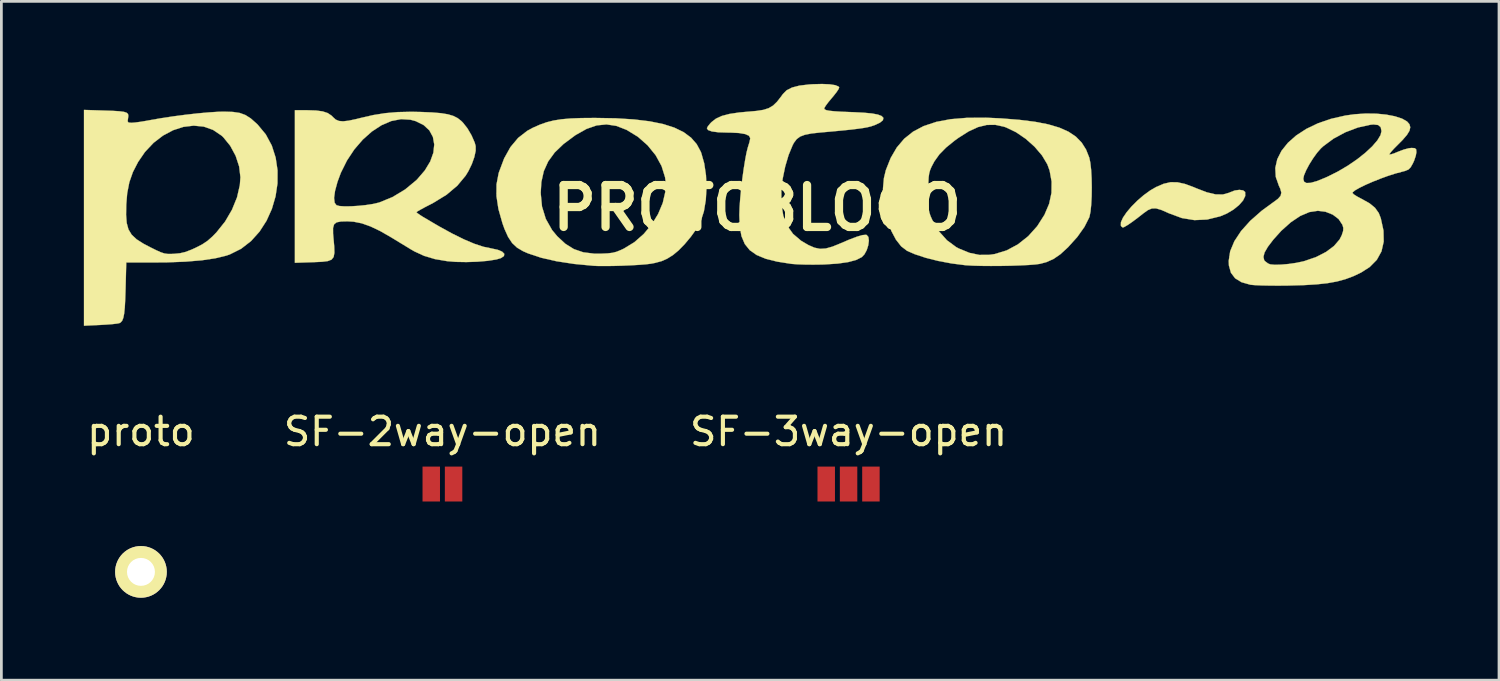
<source format=kicad_pcb>
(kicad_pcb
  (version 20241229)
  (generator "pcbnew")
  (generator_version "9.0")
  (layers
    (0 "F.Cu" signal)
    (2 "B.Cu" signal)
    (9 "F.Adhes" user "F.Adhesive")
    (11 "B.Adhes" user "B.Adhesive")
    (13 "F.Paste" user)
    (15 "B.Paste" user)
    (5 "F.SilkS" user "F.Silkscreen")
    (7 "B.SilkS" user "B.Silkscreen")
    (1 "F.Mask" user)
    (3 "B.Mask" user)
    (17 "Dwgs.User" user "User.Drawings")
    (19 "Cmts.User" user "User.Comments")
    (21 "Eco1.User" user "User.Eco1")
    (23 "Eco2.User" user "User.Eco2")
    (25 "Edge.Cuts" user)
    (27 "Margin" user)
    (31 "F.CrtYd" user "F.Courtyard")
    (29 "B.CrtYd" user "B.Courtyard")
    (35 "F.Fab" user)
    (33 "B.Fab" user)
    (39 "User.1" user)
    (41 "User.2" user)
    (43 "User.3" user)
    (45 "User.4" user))
  (footprint "PROTO8LOGO"
    (layer "F.Cu")
    (at 24.491 4.515)
    (property "Reference" "PROTO8LOGO" (at 0 0 0) (layer "F.SilkS") (effects (font (size 1.524 1.524) (thickness 0.3))))
    (attr through_hole)
    (fp_poly (pts (xy 15.28 -0.936) (xy 15.555 -0.876) (xy 15.881 -0.756) (xy 15.977 -0.715) (xy 16.355 -0.57) (xy 16.672 -0.495) (xy 16.939 -0.491) (xy 17.167 -0.555) (xy 17.206 -0.574) (xy 17.372 -0.637) (xy 17.538 -0.659) (xy 17.674 -0.641) (xy 17.748 -0.582) (xy 17.749 -0.58) (xy 17.752 -0.438) (xy 17.674 -0.276) (xy 17.527 -0.107) (xy 17.327 0.056) (xy 17.087 0.199) (xy 16.84 0.303) (xy 16.365 0.42) (xy 15.904 0.441) (xy 15.446 0.366) (xy 14.977 0.193) (xy 14.943 0.177) (xy 14.696 0.069) (xy 14.51 0.015) (xy 14.357 0.017) (xy 14.212 0.077) (xy 14.048 0.194) (xy 14.02 0.216) (xy 13.822 0.372) (xy 13.631 0.513) (xy 13.466 0.625) (xy 13.346 0.694) (xy 13.298 0.711) (xy 13.245 0.671) (xy 13.227 0.637) (xy 13.231 0.516) (xy 13.305 0.351) (xy 13.438 0.156) (xy 13.616 -0.054) (xy 13.827 -0.266) (xy 14.059 -0.466) (xy 14.297 -0.639) (xy 14.513 -0.764) (xy 14.783 -0.88) (xy 15.031 -0.937) (xy 15.28 -0.936)) (stroke (width 0.01) (type solid)) (fill yes) (layer "F.SilkS"))
    (fp_poly (pts (xy -5.893 -3.275) (xy -5.14 -3.262) (xy -4.48 -3.221) (xy -3.909 -3.152) (xy -3.421 -3.053) (xy -3.012 -2.922) (xy -2.675 -2.758) (xy -2.406 -2.558) (xy -2.2 -2.322) (xy -2.052 -2.047) (xy -2.034 -2.002) (xy -1.926 -1.619) (xy -1.862 -1.187) (xy -1.843 -0.735) (xy -1.869 -0.29) (xy -1.938 0.122) (xy -2.051 0.474) (xy -2.074 0.525) (xy -2.216 0.772) (xy -2.411 1.043) (xy -2.634 1.311) (xy -2.862 1.545) (xy -3.056 1.706) (xy -3.269 1.841) (xy -3.476 1.933) (xy -3.721 1.999) (xy -3.868 2.027) (xy -4.039 2.048) (xy -4.288 2.068) (xy -4.588 2.085) (xy -4.915 2.099) (xy -5.243 2.108) (xy -5.548 2.111) (xy -5.805 2.109) (xy -5.944 2.103) (xy -6.658 2.035) (xy -7.299 1.937) (xy -7.859 1.809) (xy -8.331 1.652) (xy -8.515 1.572) (xy -8.735 1.442) (xy -8.912 1.276) (xy -9.06 1.053) (xy -9.193 0.758) (xy -9.264 0.559) (xy -9.412 0.037) (xy -9.483 -0.432) (xy -9.483 -0.542) (xy -7.874 -0.542) (xy -7.827 -0.052) (xy -7.689 0.397) (xy -7.46 0.802) (xy -7.274 1.027) (xy -6.975 1.304) (xy -6.666 1.496) (xy -6.325 1.612) (xy -5.93 1.661) (xy -5.686 1.662) (xy -5.442 1.651) (xy -5.262 1.63) (xy -5.11 1.591) (xy -4.949 1.524) (xy -4.847 1.476) (xy -4.469 1.245) (xy -4.13 0.948) (xy -3.838 0.601) (xy -3.604 0.219) (xy -3.435 -0.182) (xy -3.342 -0.586) (xy -3.332 -0.978) (xy -3.351 -1.118) (xy -3.478 -1.526) (xy -3.693 -1.918) (xy -3.985 -2.278) (xy -4.339 -2.59) (xy -4.745 -2.839) (xy -4.751 -2.842) (xy -5.122 -2.986) (xy -5.481 -3.04) (xy -5.838 -3.004) (xy -6.206 -2.877) (xy -6.599 -2.656) (xy -6.627 -2.637) (xy -7.043 -2.328) (xy -7.366 -2.018) (xy -7.603 -1.692) (xy -7.762 -1.339) (xy -7.85 -0.945) (xy -7.874 -0.542) (xy -9.483 -0.542) (xy -9.481 -0.859) (xy -9.405 -1.26) (xy -9.392 -1.303) (xy -9.204 -1.803) (xy -8.974 -2.216) (xy -8.696 -2.548) (xy -8.366 -2.805) (xy -8.157 -2.919) (xy -7.903 -3.031) (xy -7.658 -3.118) (xy -7.402 -3.182) (xy -7.119 -3.227) (xy -6.789 -3.256) (xy -6.395 -3.271) (xy -5.919 -3.275) (xy -5.893 -3.275)) (stroke (width 0.01) (type solid)) (fill yes) (layer "F.SilkS"))
    (fp_poly (pts (xy -23.762 -3.544) (xy -23.435 -3.533) (xy -23.197 -3.518) (xy -23.034 -3.497) (xy -22.935 -3.465) (xy -22.885 -3.419) (xy -22.873 -3.354) (xy -22.883 -3.27) (xy -22.898 -3.155) (xy -22.867 -3.108) (xy -22.766 -3.099) (xy -22.748 -3.099) (xy -22.626 -3.109) (xy -22.436 -3.134) (xy -22.208 -3.172) (xy -22.073 -3.197) (xy -21.674 -3.267) (xy -21.237 -3.333) (xy -20.786 -3.392) (xy -20.344 -3.442) (xy -19.936 -3.478) (xy -19.587 -3.5) (xy -19.39 -3.504) (xy -19.07 -3.494) (xy -18.822 -3.457) (xy -18.616 -3.382) (xy -18.422 -3.259) (xy -18.212 -3.074) (xy -18.17 -3.034) (xy -17.874 -2.677) (xy -17.656 -2.272) (xy -17.515 -1.833) (xy -17.446 -1.37) (xy -17.448 -0.897) (xy -17.518 -0.425) (xy -17.652 0.033) (xy -17.847 0.465) (xy -18.101 0.859) (xy -18.41 1.203) (xy -18.772 1.484) (xy -19.185 1.69) (xy -19.308 1.732) (xy -19.707 1.829) (xy -20.202 1.903) (xy -20.79 1.952) (xy -21.469 1.978) (xy -21.866 1.981) (xy -22.949 1.981) (xy -22.973 2.934) (xy -22.986 3.322) (xy -23.002 3.62) (xy -23.025 3.841) (xy -23.056 3.997) (xy -23.097 4.1) (xy -23.152 4.163) (xy -23.199 4.188) (xy -23.285 4.205) (xy -23.448 4.224) (xy -23.665 4.241) (xy -23.889 4.254) (xy -24.486 4.282) (xy -24.486 0.25) (xy -22.955 0.25) (xy -22.932 0.547) (xy -22.868 0.781) (xy -22.752 0.972) (xy -22.575 1.138) (xy -22.326 1.297) (xy -22.081 1.426) (xy -21.853 1.539) (xy -21.689 1.612) (xy -21.56 1.654) (xy -21.441 1.671) (xy -21.303 1.671) (xy -21.209 1.667) (xy -20.993 1.646) (xy -20.797 1.6) (xy -20.58 1.517) (xy -20.43 1.449) (xy -20.188 1.325) (xy -19.995 1.197) (xy -19.812 1.035) (xy -19.668 0.887) (xy -19.355 0.495) (xy -19.103 0.064) (xy -18.92 -0.385) (xy -18.817 -0.833) (xy -18.796 -1.12) (xy -18.842 -1.507) (xy -18.97 -1.898) (xy -19.167 -2.263) (xy -19.419 -2.573) (xy -19.485 -2.634) (xy -19.792 -2.841) (xy -20.132 -2.96) (xy -20.496 -2.995) (xy -20.872 -2.95) (xy -21.248 -2.828) (xy -21.613 -2.633) (xy -21.958 -2.368) (xy -22.269 -2.037) (xy -22.518 -1.674) (xy -22.708 -1.305) (xy -22.837 -0.936) (xy -22.915 -0.534) (xy -22.948 -0.127) (xy -22.955 0.25) (xy -24.486 0.25) (xy -24.486 -3.567) (xy -23.762 -3.544)) (stroke (width 0.01) (type solid)) (fill yes) (layer "F.SilkS"))
    (fp_poly (pts (xy 8.877 -3.259) (xy 9.538 -3.206) (xy 10.107 -3.135) (xy 10.589 -3.041) (xy 10.992 -2.922) (xy 11.324 -2.774) (xy 11.591 -2.595) (xy 11.801 -2.38) (xy 11.961 -2.128) (xy 12.078 -1.834) (xy 12.079 -1.832) (xy 12.118 -1.644) (xy 12.147 -1.386) (xy 12.164 -1.081) (xy 12.17 -0.753) (xy 12.166 -0.426) (xy 12.15 -0.123) (xy 12.124 0.132) (xy 12.087 0.315) (xy 12.077 0.344) (xy 11.903 0.688) (xy 11.642 1.055) (xy 11.303 1.431) (xy 11.3 1.433) (xy 11.03 1.681) (xy 10.779 1.854) (xy 10.518 1.97) (xy 10.284 2.032) (xy 10.122 2.054) (xy 9.879 2.073) (xy 9.575 2.088) (xy 9.23 2.1) (xy 8.865 2.107) (xy 8.5 2.109) (xy 8.156 2.106) (xy 7.852 2.098) (xy 7.61 2.084) (xy 7.571 2.081) (xy 7.07 2.017) (xy 6.581 1.925) (xy 6.128 1.811) (xy 5.732 1.681) (xy 5.451 1.558) (xy 5.238 1.395) (xy 5.047 1.151) (xy 4.882 0.84) (xy 4.748 0.481) (xy 4.649 0.092) (xy 4.59 -0.311) (xy 4.581 -0.559) (xy 6.223 -0.559) (xy 6.224 -0.28) (xy 6.23 -0.077) (xy 6.244 0.072) (xy 6.27 0.193) (xy 6.313 0.311) (xy 6.375 0.449) (xy 6.385 0.469) (xy 6.614 0.852) (xy 6.903 1.175) (xy 7.238 1.422) (xy 7.335 1.474) (xy 7.721 1.632) (xy 8.083 1.707) (xy 8.451 1.704) (xy 8.642 1.675) (xy 9.074 1.543) (xy 9.485 1.322) (xy 9.859 1.025) (xy 10.185 0.662) (xy 10.449 0.247) (xy 10.619 -0.152) (xy 10.704 -0.547) (xy 10.709 -0.961) (xy 10.637 -1.36) (xy 10.553 -1.589) (xy 10.36 -1.912) (xy 10.089 -2.229) (xy 9.766 -2.517) (xy 9.412 -2.758) (xy 9.051 -2.931) (xy 8.971 -2.958) (xy 8.658 -3.025) (xy 8.349 -3.021) (xy 8.032 -2.943) (xy 7.691 -2.786) (xy 7.316 -2.548) (xy 7.186 -2.454) (xy 6.869 -2.197) (xy 6.628 -1.952) (xy 6.446 -1.698) (xy 6.336 -1.49) (xy 6.289 -1.376) (xy 6.257 -1.261) (xy 6.237 -1.121) (xy 6.227 -0.933) (xy 6.223 -0.675) (xy 6.223 -0.559) (xy 4.581 -0.559) (xy 4.575 -0.711) (xy 4.61 -1.089) (xy 4.679 -1.375) (xy 4.855 -1.818) (xy 5.076 -2.198) (xy 5.346 -2.517) (xy 5.671 -2.777) (xy 6.058 -2.981) (xy 6.51 -3.131) (xy 7.034 -3.23) (xy 7.636 -3.28) (xy 8.321 -3.284) (xy 8.877 -3.259)) (stroke (width 0.01) (type solid)) (fill yes) (layer "F.SilkS"))
    (fp_poly (pts (xy -16.37 -3.556) (xy -16.047 -3.546) (xy -15.804 -3.513) (xy -15.622 -3.453) (xy -15.483 -3.36) (xy -15.426 -3.302) (xy -15.329 -3.215) (xy -15.214 -3.166) (xy -15.064 -3.152) (xy -14.862 -3.175) (xy -14.589 -3.233) (xy -14.425 -3.274) (xy -13.968 -3.379) (xy -13.53 -3.449) (xy -13.078 -3.488) (xy -12.581 -3.499) (xy -12.223 -3.492) (xy -11.818 -3.475) (xy -11.498 -3.448) (xy -11.249 -3.407) (xy -11.054 -3.349) (xy -10.897 -3.27) (xy -10.763 -3.165) (xy -10.71 -3.113) (xy -10.542 -2.901) (xy -10.39 -2.642) (xy -10.276 -2.382) (xy -10.24 -2.254) (xy -10.239 -2.081) (xy -10.288 -1.853) (xy -10.379 -1.598) (xy -10.503 -1.342) (xy -10.603 -1.177) (xy -10.906 -0.813) (xy -11.297 -0.483) (xy -11.781 -0.186) (xy -11.874 -0.137) (xy -12.08 -0.031) (xy -12.247 0.06) (xy -12.358 0.125) (xy -12.395 0.153) (xy -12.355 0.191) (xy -12.253 0.262) (xy -12.154 0.325) (xy -11.588 0.658) (xy -11.094 0.93) (xy -10.662 1.143) (xy -10.287 1.302) (xy -9.959 1.41) (xy -9.678 1.469) (xy -9.436 1.521) (xy -9.275 1.589) (xy -9.199 1.667) (xy -9.211 1.747) (xy -9.316 1.82) (xy -9.489 1.873) (xy -9.802 1.922) (xy -10.177 1.954) (xy -10.577 1.967) (xy -10.964 1.96) (xy -11.271 1.935) (xy -11.725 1.858) (xy -12.113 1.742) (xy -12.469 1.578) (xy -12.594 1.506) (xy -12.771 1.398) (xy -12.995 1.262) (xy -13.226 1.121) (xy -13.298 1.077) (xy -13.708 0.841) (xy -14.064 0.671) (xy -14.381 0.558) (xy -14.677 0.499) (xy -14.901 0.485) (xy -15.14 0.491) (xy -15.298 0.522) (xy -15.389 0.595) (xy -15.427 0.726) (xy -15.426 0.932) (xy -15.412 1.092) (xy -15.384 1.404) (xy -15.378 1.629) (xy -15.406 1.782) (xy -15.482 1.878) (xy -15.617 1.931) (xy -15.826 1.957) (xy -16.12 1.97) (xy -16.179 1.972) (xy -16.815 1.993) (xy -16.815 -0.366) (xy -15.39 -0.366) (xy -15.369 -0.19) (xy -15.303 -0.102) (xy -15.196 -0.072) (xy -15.011 -0.059) (xy -14.774 -0.062) (xy -14.508 -0.078) (xy -14.236 -0.106) (xy -13.982 -0.145) (xy -13.77 -0.194) (xy -13.741 -0.202) (xy -13.265 -0.397) (xy -12.807 -0.673) (xy -12.399 -1.01) (xy -12.37 -1.039) (xy -12.089 -1.366) (xy -11.892 -1.692) (xy -11.778 -2.01) (xy -11.746 -2.31) (xy -11.795 -2.584) (xy -11.924 -2.823) (xy -12.133 -3.017) (xy -12.42 -3.159) (xy -12.609 -3.21) (xy -12.953 -3.232) (xy -13.308 -3.163) (xy -13.665 -3.01) (xy -14.014 -2.782) (xy -14.346 -2.487) (xy -14.652 -2.133) (xy -14.92 -1.728) (xy -15.143 -1.281) (xy -15.266 -0.95) (xy -15.355 -0.621) (xy -15.39 -0.366) (xy -16.815 -0.366) (xy -16.815 -3.556) (xy -16.37 -3.556)) (stroke (width 0.01) (type solid)) (fill yes) (layer "F.SilkS"))
    (fp_poly (pts (xy 2.638 -4.498) (xy 2.841 -4.467) (xy 2.959 -4.418) (xy 2.983 -4.386) (xy 2.96 -4.324) (xy 2.883 -4.209) (xy 2.767 -4.062) (xy 2.72 -4.007) (xy 2.591 -3.852) (xy 2.493 -3.721) (xy 2.442 -3.636) (xy 2.438 -3.622) (xy 2.456 -3.587) (xy 2.515 -3.558) (xy 2.628 -3.536) (xy 2.806 -3.518) (xy 3.06 -3.502) (xy 3.403 -3.488) (xy 3.48 -3.486) (xy 3.874 -3.466) (xy 4.174 -3.438) (xy 4.388 -3.398) (xy 4.524 -3.346) (xy 4.589 -3.28) (xy 4.591 -3.276) (xy 4.572 -3.191) (xy 4.463 -3.102) (xy 4.273 -3.014) (xy 4.141 -2.969) (xy 4.024 -2.94) (xy 3.87 -2.911) (xy 3.666 -2.882) (xy 3.403 -2.85) (xy 3.068 -2.816) (xy 2.651 -2.777) (xy 2.292 -2.745) (xy 1.972 -2.71) (xy 1.735 -2.663) (xy 1.562 -2.598) (xy 1.436 -2.504) (xy 1.338 -2.374) (xy 1.29 -2.285) (xy 1.143 -1.928) (xy 1.019 -1.509) (xy 0.928 -1.068) (xy 0.879 -0.642) (xy 0.879 -0.63) (xy 0.881 -0.136) (xy 0.95 0.285) (xy 1.09 0.642) (xy 1.304 0.942) (xy 1.597 1.192) (xy 1.862 1.348) (xy 2.084 1.444) (xy 2.287 1.486) (xy 2.496 1.473) (xy 2.739 1.405) (xy 2.999 1.299) (xy 3.356 1.147) (xy 3.631 1.043) (xy 3.828 0.986) (xy 3.953 0.975) (xy 3.982 0.981) (xy 4.045 1.054) (xy 4.062 1.188) (xy 4.04 1.356) (xy 3.985 1.531) (xy 3.901 1.686) (xy 3.806 1.786) (xy 3.604 1.889) (xy 3.311 1.968) (xy 2.925 2.023) (xy 2.443 2.054) (xy 2.337 2.057) (xy 2.035 2.061) (xy 1.734 2.058) (xy 1.465 2.049) (xy 1.261 2.034) (xy 1.234 2.031) (xy 0.726 1.951) (xy 0.311 1.847) (xy -0.019 1.711) (xy -0.271 1.534) (xy -0.452 1.309) (xy -0.571 1.026) (xy -0.634 0.678) (xy -0.65 0.257) (xy -0.64 -0.025) (xy -0.617 -0.352) (xy -0.582 -0.709) (xy -0.539 -1.075) (xy -0.49 -1.429) (xy -0.438 -1.749) (xy -0.388 -2.015) (xy -0.34 -2.205) (xy -0.33 -2.236) (xy -0.283 -2.389) (xy -0.256 -2.513) (xy -0.254 -2.541) (xy -0.298 -2.627) (xy -0.432 -2.688) (xy -0.66 -2.727) (xy -0.983 -2.743) (xy -1.071 -2.743) (xy -1.408 -2.753) (xy -1.647 -2.784) (xy -1.787 -2.835) (xy -1.829 -2.899) (xy -1.795 -2.967) (xy -1.711 -3.072) (xy -1.661 -3.124) (xy -1.499 -3.25) (xy -1.286 -3.348) (xy -1.008 -3.421) (xy -0.653 -3.474) (xy -0.356 -3.501) (xy -0.025 -3.53) (xy 0.226 -3.569) (xy 0.419 -3.631) (xy 0.576 -3.724) (xy 0.719 -3.861) (xy 0.87 -4.053) (xy 0.934 -4.143) (xy 1.07 -4.28) (xy 1.267 -4.381) (xy 1.537 -4.451) (xy 1.891 -4.493) (xy 2.016 -4.501) (xy 2.36 -4.51) (xy 2.638 -4.498)) (stroke (width 0.01) (type solid)) (fill yes) (layer "F.SilkS"))
    (fp_poly (pts (xy 22.518 -3.431) (xy 22.878 -3.396) (xy 23.195 -3.335) (xy 23.454 -3.251) (xy 23.639 -3.145) (xy 23.724 -3.048) (xy 23.754 -2.937) (xy 23.727 -2.811) (xy 23.635 -2.66) (xy 23.471 -2.47) (xy 23.308 -2.306) (xy 23.161 -2.158) (xy 23.054 -2.039) (xy 22.999 -1.963) (xy 22.998 -1.944) (xy 23.066 -1.955) (xy 23.196 -1.999) (xy 23.335 -2.056) (xy 23.522 -2.126) (xy 23.702 -2.173) (xy 23.801 -2.184) (xy 23.92 -2.176) (xy 23.969 -2.132) (xy 23.978 -2.03) (xy 23.954 -1.896) (xy 23.895 -1.723) (xy 23.853 -1.629) (xy 23.77 -1.482) (xy 23.689 -1.399) (xy 23.57 -1.349) (xy 23.459 -1.32) (xy 23.217 -1.255) (xy 22.948 -1.169) (xy 22.668 -1.067) (xy 22.394 -0.958) (xy 22.141 -0.848) (xy 21.925 -0.743) (xy 21.762 -0.652) (xy 21.668 -0.58) (xy 21.653 -0.544) (xy 21.705 -0.492) (xy 21.825 -0.416) (xy 21.985 -0.331) (xy 21.987 -0.33) (xy 22.271 -0.172) (xy 22.472 -0.007) (xy 22.608 0.183) (xy 22.682 0.372) (xy 22.78 0.822) (xy 22.788 1.224) (xy 22.708 1.577) (xy 22.538 1.885) (xy 22.278 2.148) (xy 21.965 2.348) (xy 21.683 2.482) (xy 21.396 2.589) (xy 21.088 2.673) (xy 20.744 2.735) (xy 20.347 2.778) (xy 19.882 2.806) (xy 19.332 2.821) (xy 19.304 2.822) (xy 18.961 2.825) (xy 18.636 2.823) (xy 18.346 2.817) (xy 18.114 2.807) (xy 17.959 2.794) (xy 17.935 2.79) (xy 17.617 2.7) (xy 17.384 2.557) (xy 17.232 2.357) (xy 17.158 2.095) (xy 17.15 1.928) (xy 17.173 1.776) (xy 18.413 1.776) (xy 18.441 1.898) (xy 18.466 1.931) (xy 18.578 2.016) (xy 18.662 2.051) (xy 18.827 2.066) (xy 19.06 2.06) (xy 19.33 2.036) (xy 19.606 1.996) (xy 19.858 1.943) (xy 19.913 1.928) (xy 20.334 1.782) (xy 20.693 1.597) (xy 20.979 1.383) (xy 21.182 1.147) (xy 21.262 0.991) (xy 21.313 0.834) (xy 21.319 0.721) (xy 21.285 0.609) (xy 21.148 0.403) (xy 20.936 0.242) (xy 20.672 0.137) (xy 20.393 0.102) (xy 20.083 0.149) (xy 19.752 0.29) (xy 19.41 0.519) (xy 19.062 0.83) (xy 18.772 1.152) (xy 18.575 1.411) (xy 18.456 1.616) (xy 18.413 1.776) (xy 17.173 1.776) (xy 17.204 1.574) (xy 17.356 1.209) (xy 17.6 0.839) (xy 17.934 0.467) (xy 18.353 0.098) (xy 18.757 -0.197) (xy 18.939 -0.331) (xy 19.039 -0.443) (xy 19.065 -0.559) (xy 19.026 -0.701) (xy 18.975 -0.81) (xy 18.887 -1.062) (xy 19.863 -1.062) (xy 19.891 -0.957) (xy 19.978 -0.908) (xy 20.131 -0.914) (xy 20.354 -0.977) (xy 20.653 -1.097) (xy 20.756 -1.143) (xy 21.13 -1.331) (xy 21.49 -1.544) (xy 21.824 -1.773) (xy 22.12 -2.008) (xy 22.368 -2.239) (xy 22.556 -2.457) (xy 22.673 -2.651) (xy 22.708 -2.795) (xy 22.679 -2.939) (xy 22.586 -3.018) (xy 22.419 -3.038) (xy 22.307 -3.028) (xy 21.852 -2.928) (xy 21.393 -2.754) (xy 20.963 -2.523) (xy 20.591 -2.247) (xy 20.503 -2.166) (xy 20.363 -2.006) (xy 20.217 -1.803) (xy 20.079 -1.582) (xy 19.965 -1.367) (xy 19.888 -1.183) (xy 19.863 -1.062) (xy 18.887 -1.062) (xy 18.862 -1.133) (xy 18.845 -1.456) (xy 18.917 -1.774) (xy 19.071 -2.08) (xy 19.303 -2.37) (xy 19.605 -2.637) (xy 19.972 -2.876) (xy 20.397 -3.08) (xy 20.874 -3.244) (xy 21.397 -3.363) (xy 21.729 -3.409) (xy 22.13 -3.436) (xy 22.518 -3.431)) (stroke (width 0.01) (type solid)) (fill yes) (layer "F.SilkS")))
  (footprint "SF-2way-open"
    (layer "F.Cu")
    (at 13.042 14.556)
    (property "Reference" "SF-2way-open" (at 0 -1.905 0) (layer "F.SilkS") (effects (font (size 1 1) (thickness 0.15))))
    (attr through_hole)
    (pad "1" smd rect (at -0.406 0) (size 0.635 1.27) (layers "F.Cu" "F.Mask" "F.Paste"))
    (pad "2" smd rect (at 0.406 0) (size 0.635 1.27) (layers "F.Cu" "F.Mask" "F.Paste")))
  (footprint "SF-3way-open"
    (layer "F.Cu")
    (at 27.815 14.556)
    (property "Reference" "SF-3way-open" (at 0 -1.905 0) (layer "F.SilkS") (effects (font (size 1 1) (thickness 0.15))))
    (attr through_hole)
    (pad "1" smd rect (at -0.813 0) (size 0.635 1.27) (layers "F.Cu" "F.Mask" "F.Paste"))
    (pad "2" smd rect (at 0 0) (size 0.635 1.27) (layers "F.Cu" "F.Mask" "F.Paste"))
    (pad "3" smd rect (at 0.813 0) (size 0.635 1.27) (layers "F.Cu" "F.Mask" "F.Paste")))
  (footprint "proto"
    (layer "F.Cu")
    (at 2.077 17.751)
    (property "Reference" "proto" (at 0 -5.1 0) (layer "F.SilkS") (effects (font (size 1 1) (thickness 0.15))))
    (attr through_hole)
    (pad "1" thru_hole circle (at 0 0) (size 1.88 1.88) (drill 1.016) (layers "*.Cu" "*.Mask" "F.SilkS")))
  (gr_rect
    (start -3 -3)
    (end 51.473 21.69)
    (stroke (width 0.1) (type default))
    (fill no)
    (layer "Edge.Cuts")))
</source>
